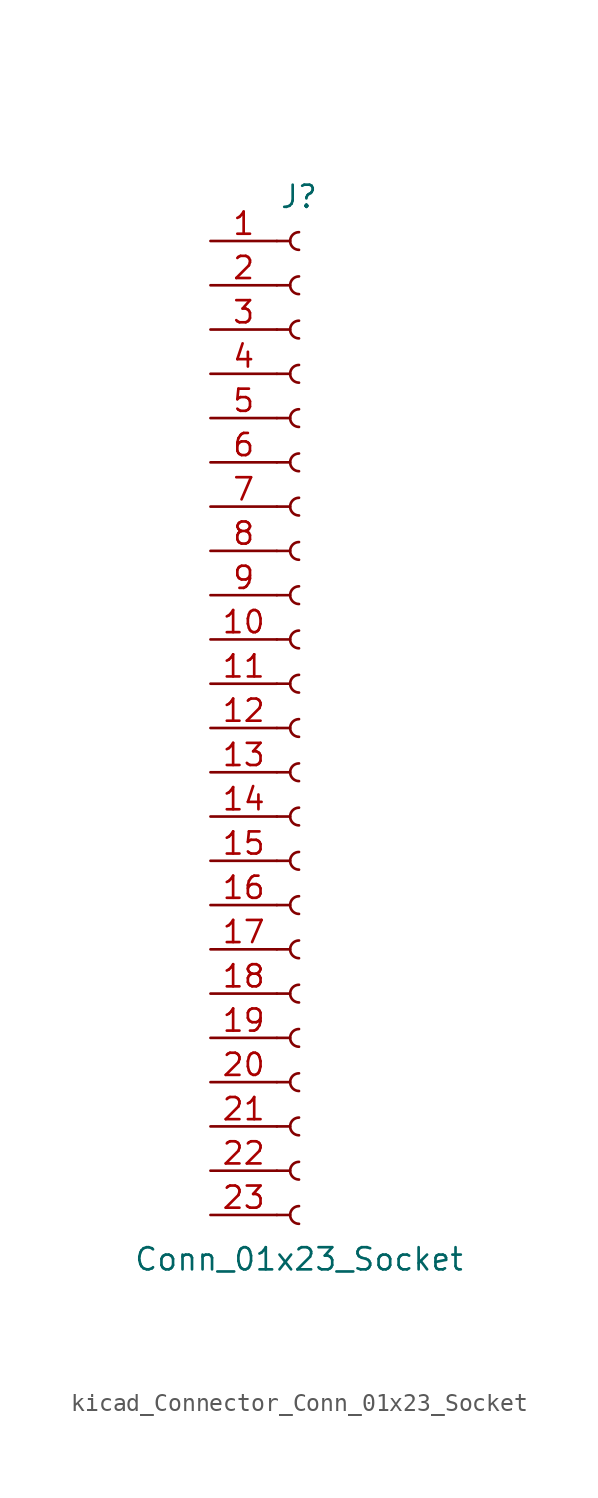
<source format=kicad_sym>
(kicad_symbol_lib
  (version 20220914)
  (generator kicad_symbol_editor)
  (symbol "kicad_Connector_Conn_01x23_Socket"
    (pin_names
      (offset 1.016) hide)
    (property "Reference" "J"
      (at 0 30.48 0)
      (effects (font (size 1.27 1.27))))
    (property "Value" "Conn_01x23_Socket"
      (at 0 -30.48 0)
      (effects (font (size 1.27 1.27))))
    (property "ki_locked" ""
      (at 0 0 0)
      (effects (font (size 1.27 1.27))))
    (symbol "kicad_Connector_Conn_01x23_Socket_1_1"
      (arc (start 0 -27.432) (mid -0.5058 -27.94) (end 0 -28.448) (stroke (width 0.1524) (type default)) (fill (type none)))
      (arc (start 0 -24.892) (mid -0.5058 -25.4) (end 0 -25.908) (stroke (width 0.1524) (type default)) (fill (type none)))
      (arc (start 0 -22.352) (mid -0.5058 -22.86) (end 0 -23.368) (stroke (width 0.1524) (type default)) (fill (type none)))
      (arc (start 0 -19.812) (mid -0.5058 -20.32) (end 0 -20.828) (stroke (width 0.1524) (type default)) (fill (type none)))
      (arc (start 0 -17.272) (mid -0.5058 -17.78) (end 0 -18.288) (stroke (width 0.1524) (type default)) (fill (type none)))
      (arc (start 0 -14.732) (mid -0.5058 -15.24) (end 0 -15.748) (stroke (width 0.1524) (type default)) (fill (type none)))
      (arc (start 0 -12.192) (mid -0.5058 -12.7) (end 0 -13.208) (stroke (width 0.1524) (type default)) (fill (type none)))
      (arc (start 0 -9.652) (mid -0.5058 -10.16) (end 0 -10.668) (stroke (width 0.1524) (type default)) (fill (type none)))
      (arc (start 0 -7.112) (mid -0.5058 -7.62) (end 0 -8.128) (stroke (width 0.1524) (type default)) (fill (type none)))
      (arc (start 0 -4.572) (mid -0.5058 -5.08) (end 0 -5.588) (stroke (width 0.1524) (type default)) (fill (type none)))
      (arc (start 0 -2.032) (mid -0.5058 -2.54) (end 0 -3.048) (stroke (width 0.1524) (type default)) (fill (type none)))
      (polyline (pts (xy -1.27 -27.94) (xy -0.508 -27.94)) (stroke (width 0.152) (type default)) (fill (type none)))
      (polyline (pts (xy -1.27 -25.4) (xy -0.508 -25.4)) (stroke (width 0.152) (type default)) (fill (type none)))
      (polyline (pts (xy -1.27 -22.86) (xy -0.508 -22.86)) (stroke (width 0.152) (type default)) (fill (type none)))
      (polyline (pts (xy -1.27 -20.32) (xy -0.508 -20.32)) (stroke (width 0.152) (type default)) (fill (type none)))
      (polyline (pts (xy -1.27 -17.78) (xy -0.508 -17.78)) (stroke (width 0.152) (type default)) (fill (type none)))
      (polyline (pts (xy -1.27 -15.24) (xy -0.508 -15.24)) (stroke (width 0.152) (type default)) (fill (type none)))
      (polyline (pts (xy -1.27 -12.7) (xy -0.508 -12.7)) (stroke (width 0.152) (type default)) (fill (type none)))
      (polyline (pts (xy -1.27 -10.16) (xy -0.508 -10.16)) (stroke (width 0.152) (type default)) (fill (type none)))
      (polyline (pts (xy -1.27 -7.62) (xy -0.508 -7.62)) (stroke (width 0.152) (type default)) (fill (type none)))
      (polyline (pts (xy -1.27 -5.08) (xy -0.508 -5.08)) (stroke (width 0.152) (type default)) (fill (type none)))
      (polyline (pts (xy -1.27 -2.54) (xy -0.508 -2.54)) (stroke (width 0.152) (type default)) (fill (type none)))
      (polyline (pts (xy -1.27 0) (xy -0.508 0)) (stroke (width 0.152) (type default)) (fill (type none)))
      (polyline (pts (xy -1.27 2.54) (xy -0.508 2.54)) (stroke (width 0.152) (type default)) (fill (type none)))
      (polyline (pts (xy -1.27 5.08) (xy -0.508 5.08)) (stroke (width 0.152) (type default)) (fill (type none)))
      (polyline (pts (xy -1.27 7.62) (xy -0.508 7.62)) (stroke (width 0.152) (type default)) (fill (type none)))
      (polyline (pts (xy -1.27 10.16) (xy -0.508 10.16)) (stroke (width 0.152) (type default)) (fill (type none)))
      (polyline (pts (xy -1.27 12.7) (xy -0.508 12.7)) (stroke (width 0.152) (type default)) (fill (type none)))
      (polyline (pts (xy -1.27 15.24) (xy -0.508 15.24)) (stroke (width 0.152) (type default)) (fill (type none)))
      (polyline (pts (xy -1.27 17.78) (xy -0.508 17.78)) (stroke (width 0.152) (type default)) (fill (type none)))
      (polyline (pts (xy -1.27 20.32) (xy -0.508 20.32)) (stroke (width 0.152) (type default)) (fill (type none)))
      (polyline (pts (xy -1.27 22.86) (xy -0.508 22.86)) (stroke (width 0.152) (type default)) (fill (type none)))
      (polyline (pts (xy -1.27 25.4) (xy -0.508 25.4)) (stroke (width 0.152) (type default)) (fill (type none)))
      (polyline (pts (xy -1.27 27.94) (xy -0.508 27.94)) (stroke (width 0.152) (type default)) (fill (type none)))
      (arc (start 0 0.508) (mid -0.5058 0) (end 0 -0.508) (stroke (width 0.1524) (type default)) (fill (type none)))
      (arc (start 0 3.048) (mid -0.5058 2.54) (end 0 2.032) (stroke (width 0.1524) (type default)) (fill (type none)))
      (arc (start 0 5.588) (mid -0.5058 5.08) (end 0 4.572) (stroke (width 0.1524) (type default)) (fill (type none)))
      (arc (start 0 8.128) (mid -0.5058 7.62) (end 0 7.112) (stroke (width 0.1524) (type default)) (fill (type none)))
      (arc (start 0 10.668) (mid -0.5058 10.16) (end 0 9.652) (stroke (width 0.1524) (type default)) (fill (type none)))
      (arc (start 0 13.208) (mid -0.5058 12.7) (end 0 12.192) (stroke (width 0.1524) (type default)) (fill (type none)))
      (arc (start 0 15.748) (mid -0.5058 15.24) (end 0 14.732) (stroke (width 0.1524) (type default)) (fill (type none)))
      (arc (start 0 18.288) (mid -0.5058 17.78) (end 0 17.272) (stroke (width 0.1524) (type default)) (fill (type none)))
      (arc (start 0 20.828) (mid -0.5058 20.32) (end 0 19.812) (stroke (width 0.1524) (type default)) (fill (type none)))
      (arc (start 0 23.368) (mid -0.5058 22.86) (end 0 22.352) (stroke (width 0.1524) (type default)) (fill (type none)))
      (arc (start 0 25.908) (mid -0.5058 25.4) (end 0 24.892) (stroke (width 0.1524) (type default)) (fill (type none)))
      (arc (start 0 28.448) (mid -0.5058 27.94) (end 0 27.432) (stroke (width 0.1524) (type default)) (fill (type none)))
      (pin passive line (at -5.08 27.94 0) (length 3.81) (name "Pin_1" (effects (font (size 1.27 1.27)))) (number "1" (effects (font (size 1.27 1.27)))))
      (pin passive line (at -5.08 5.08 0) (length 3.81) (name "Pin_10" (effects (font (size 1.27 1.27)))) (number "10" (effects (font (size 1.27 1.27)))))
      (pin passive line (at -5.08 2.54 0) (length 3.81) (name "Pin_11" (effects (font (size 1.27 1.27)))) (number "11" (effects (font (size 1.27 1.27)))))
      (pin passive line (at -5.08 0 0) (length 3.81) (name "Pin_12" (effects (font (size 1.27 1.27)))) (number "12" (effects (font (size 1.27 1.27)))))
      (pin passive line (at -5.08 -2.54 0) (length 3.81) (name "Pin_13" (effects (font (size 1.27 1.27)))) (number "13" (effects (font (size 1.27 1.27)))))
      (pin passive line (at -5.08 -5.08 0) (length 3.81) (name "Pin_14" (effects (font (size 1.27 1.27)))) (number "14" (effects (font (size 1.27 1.27)))))
      (pin passive line (at -5.08 -7.62 0) (length 3.81) (name "Pin_15" (effects (font (size 1.27 1.27)))) (number "15" (effects (font (size 1.27 1.27)))))
      (pin passive line (at -5.08 -10.16 0) (length 3.81) (name "Pin_16" (effects (font (size 1.27 1.27)))) (number "16" (effects (font (size 1.27 1.27)))))
      (pin passive line (at -5.08 -12.7 0) (length 3.81) (name "Pin_17" (effects (font (size 1.27 1.27)))) (number "17" (effects (font (size 1.27 1.27)))))
      (pin passive line (at -5.08 -15.24 0) (length 3.81) (name "Pin_18" (effects (font (size 1.27 1.27)))) (number "18" (effects (font (size 1.27 1.27)))))
      (pin passive line (at -5.08 -17.78 0) (length 3.81) (name "Pin_19" (effects (font (size 1.27 1.27)))) (number "19" (effects (font (size 1.27 1.27)))))
      (pin passive line (at -5.08 25.4 0) (length 3.81) (name "Pin_2" (effects (font (size 1.27 1.27)))) (number "2" (effects (font (size 1.27 1.27)))))
      (pin passive line (at -5.08 -20.32 0) (length 3.81) (name "Pin_20" (effects (font (size 1.27 1.27)))) (number "20" (effects (font (size 1.27 1.27)))))
      (pin passive line (at -5.08 -22.86 0) (length 3.81) (name "Pin_21" (effects (font (size 1.27 1.27)))) (number "21" (effects (font (size 1.27 1.27)))))
      (pin passive line (at -5.08 -25.4 0) (length 3.81) (name "Pin_22" (effects (font (size 1.27 1.27)))) (number "22" (effects (font (size 1.27 1.27)))))
      (pin passive line (at -5.08 -27.94 0) (length 3.81) (name "Pin_23" (effects (font (size 1.27 1.27)))) (number "23" (effects (font (size 1.27 1.27)))))
      (pin passive line (at -5.08 22.86 0) (length 3.81) (name "Pin_3" (effects (font (size 1.27 1.27)))) (number "3" (effects (font (size 1.27 1.27)))))
      (pin passive line (at -5.08 20.32 0) (length 3.81) (name "Pin_4" (effects (font (size 1.27 1.27)))) (number "4" (effects (font (size 1.27 1.27)))))
      (pin passive line (at -5.08 17.78 0) (length 3.81) (name "Pin_5" (effects (font (size 1.27 1.27)))) (number "5" (effects (font (size 1.27 1.27)))))
      (pin passive line (at -5.08 15.24 0) (length 3.81) (name "Pin_6" (effects (font (size 1.27 1.27)))) (number "6" (effects (font (size 1.27 1.27)))))
      (pin passive line (at -5.08 12.7 0) (length 3.81) (name "Pin_7" (effects (font (size 1.27 1.27)))) (number "7" (effects (font (size 1.27 1.27)))))
      (pin passive line (at -5.08 10.16 0) (length 3.81) (name "Pin_8" (effects (font (size 1.27 1.27)))) (number "8" (effects (font (size 1.27 1.27)))))
      (pin passive line (at -5.08 7.62 0) (length 3.81) (name "Pin_9" (effects (font (size 1.27 1.27)))) (number "9" (effects (font (size 1.27 1.27))))))))
</source>
